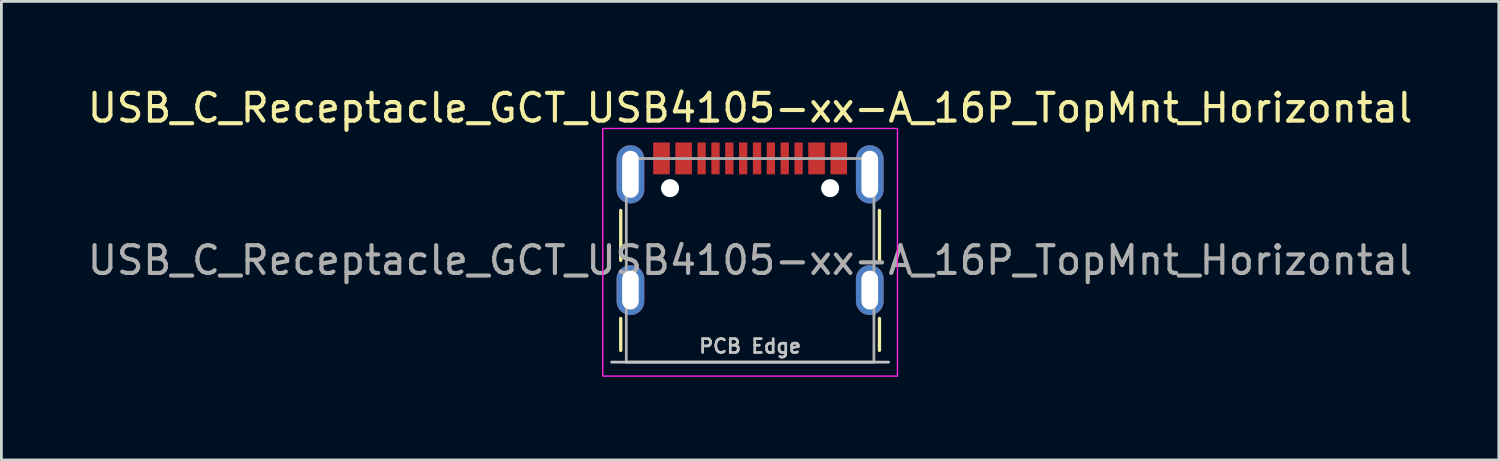
<source format=kicad_pcb>
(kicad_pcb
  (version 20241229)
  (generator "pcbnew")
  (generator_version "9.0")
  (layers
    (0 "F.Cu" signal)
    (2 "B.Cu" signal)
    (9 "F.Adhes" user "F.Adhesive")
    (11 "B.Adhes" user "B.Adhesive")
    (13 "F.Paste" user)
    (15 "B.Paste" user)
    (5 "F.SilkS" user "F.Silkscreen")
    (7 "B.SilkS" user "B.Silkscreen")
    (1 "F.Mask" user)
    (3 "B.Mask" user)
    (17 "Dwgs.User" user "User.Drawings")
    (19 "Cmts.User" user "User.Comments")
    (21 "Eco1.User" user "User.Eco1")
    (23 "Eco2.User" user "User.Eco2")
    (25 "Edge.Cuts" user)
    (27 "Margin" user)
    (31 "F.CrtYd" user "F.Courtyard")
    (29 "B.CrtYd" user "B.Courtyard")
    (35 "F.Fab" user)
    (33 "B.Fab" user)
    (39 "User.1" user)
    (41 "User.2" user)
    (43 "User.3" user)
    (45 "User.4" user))
  (footprint "USB_C_Receptacle_GCT_USB4105-xx-A_16P_TopMnt_Horizontal"
    (layer "F.Cu")
    (at 24.03 6.348)
    (property "Reference" "USB_C_Receptacle_GCT_USB4105-xx-A_16P_TopMnt_Horizontal" (at 0 -5.5 0) (unlocked yes) (layer "F.SilkS") (effects (font (size 1 1) (thickness 0.15))))
    (attr smd)
    (fp_line (start -4.67 0) (end -4.67 -1.8) (stroke (width 0.12) (type solid)) (layer "F.SilkS"))
    (fp_line (start -4.67 2.1) (end -4.67 3.25) (stroke (width 0.12) (type solid)) (layer "F.SilkS"))
    (fp_line (start 4.67 0) (end 4.67 -1.8) (stroke (width 0.12) (type solid)) (layer "F.SilkS"))
    (fp_line (start 4.67 2.1) (end 4.67 3.25) (stroke (width 0.12) (type solid)) (layer "F.SilkS"))
    (fp_line (start 5 3.675) (end -5 3.675) (stroke (width 0.1) (type solid)) (layer "Dwgs.User"))
    (fp_rect (start -5.32 -4.76) (end 5.32 4.18) (stroke (width 0.05) (type solid)) (fill no) (layer "F.CrtYd"))
    (fp_rect (start -4.47 -3.675) (end 4.47 3.675) (stroke (width 0.1) (type solid)) (fill no) (layer "F.Fab"))
    (fp_text user "PCB Edge" (at 0 3.1 0) (unlocked yes) (layer "Dwgs.User") (effects (font (size 0.5 0.5) (thickness 0.1))))
    (fp_text user "${REFERENCE}" (at 0 0 0) (unlocked yes) (layer "F.Fab") (effects (font (size 1 1) (thickness 0.15))))
    (pad "" np_thru_hole circle (at -2.89 -2.605) (size 0.65 0.65) (drill 0.65) (layers "*.Cu" "*.Mask"))
    (pad "" np_thru_hole circle (at 2.89 -2.605) (size 0.65 0.65) (drill 0.65) (layers "*.Cu" "*.Mask"))
    (pad "A1" smd rect (at -3.2 -3.68) (size 0.6 1.15) (layers "F.Cu" "F.Mask" "F.Paste"))
    (pad "A4" smd rect (at -2.4 -3.68) (size 0.6 1.15) (layers "F.Cu" "F.Mask" "F.Paste"))
    (pad "A5" smd rect (at -1.25 -3.68) (size 0.3 1.15) (layers "F.Cu" "F.Mask" "F.Paste"))
    (pad "A6" smd rect (at -0.25 -3.68) (size 0.3 1.15) (layers "F.Cu" "F.Mask" "F.Paste"))
    (pad "A7" smd rect (at 0.25 -3.68) (size 0.3 1.15) (layers "F.Cu" "F.Mask" "F.Paste"))
    (pad "A8" smd rect (at 1.25 -3.68) (size 0.3 1.15) (layers "F.Cu" "F.Mask" "F.Paste"))
    (pad "A9" smd rect (at 2.4 -3.68) (size 0.6 1.15) (layers "F.Cu" "F.Mask" "F.Paste"))
    (pad "A12" smd rect (at 3.2 -3.68) (size 0.6 1.15) (layers "F.Cu" "F.Mask" "F.Paste"))
    (pad "B5" smd rect (at 1.75 -3.68) (size 0.3 1.15) (layers "F.Cu" "F.Mask" "F.Paste"))
    (pad "B6" smd rect (at 0.75 -3.68) (size 0.3 1.15) (layers "F.Cu" "F.Mask" "F.Paste"))
    (pad "B7" smd rect (at -0.75 -3.68) (size 0.3 1.15) (layers "F.Cu" "F.Mask" "F.Paste"))
    (pad "B8" smd rect (at -1.75 -3.68) (size 0.3 1.15) (layers "F.Cu" "F.Mask" "F.Paste"))
    (pad "S1" thru_hole oval (at -4.32 -3.105) (size 1 2.1) (drill oval 0.6 1.7) (layers "*.Cu" "*.Mask" "F.Paste"))
    (pad "S1" thru_hole oval (at -4.32 1.075) (size 1 1.8) (drill oval 0.6 1.4) (layers "*.Cu" "*.Mask" "F.Paste"))
    (pad "S1" thru_hole oval (at 4.32 -3.105) (size 1 2.1) (drill oval 0.6 1.7) (layers "*.Cu" "*.Mask" "F.Paste"))
    (pad "S1" thru_hole oval (at 4.32 1.075) (size 1 1.8) (drill oval 0.6 1.4) (layers "*.Cu" "*.Mask" "F.Paste")))
  (gr_rect
    (start -3 -3)
    (end 51.06 13.553)
    (stroke (width 0.1) (type default))
    (fill no)
    (layer "Edge.Cuts")))
</source>
